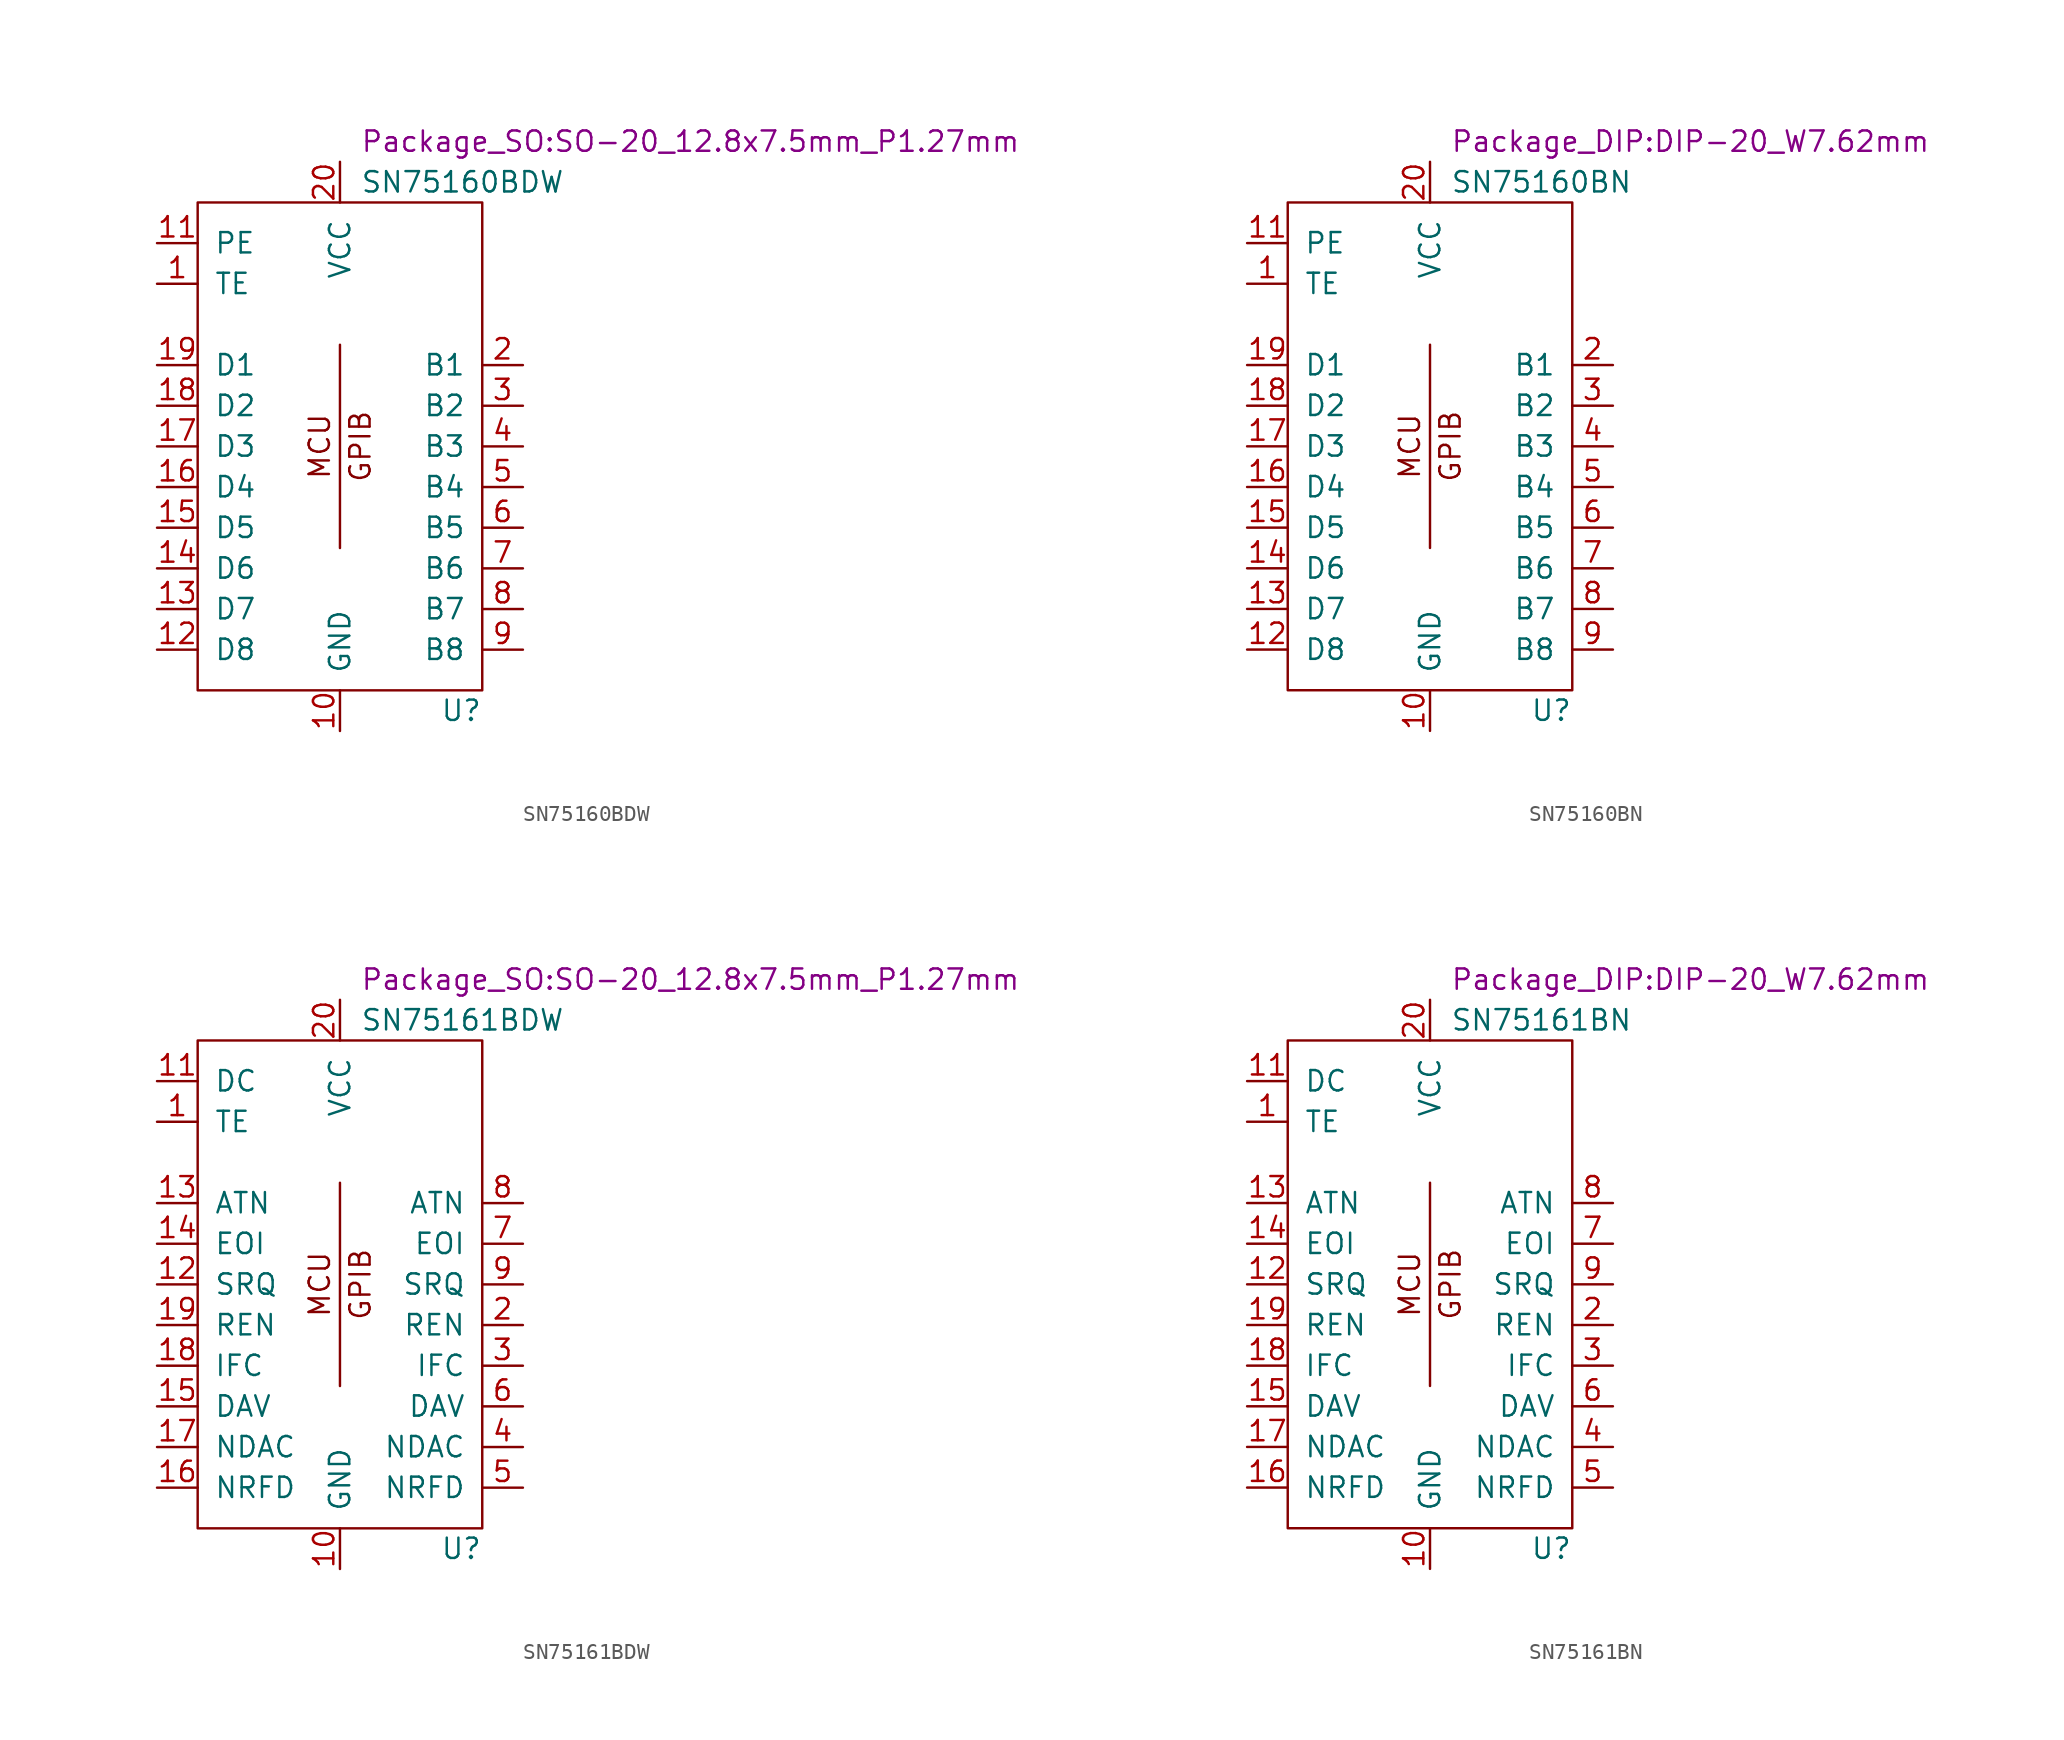
<source format=kicad_sym>
(kicad_symbol_lib
  (version 20211014)
  (generator kicad_symbol_editor)
  (symbol "SN75160BDW"
    (pin_names
      (offset 1.016))
    (property "Reference" "U"
      (at 8.89 -16.51 0)
      (effects (font (size 1.27 1.27)) (justify right)))
    (property "Value" "SN75160BDW"
      (at 1.27 16.51 0)
      (effects (font (size 1.27 1.27)) (justify left)))
    (property "Footprint" "Package_SO:SO-20_12.8x7.5mm_P1.27mm"
      (at 1.27 19.05 0)
      (effects (font (size 1.27 1.27)) (justify left)))
    (symbol "SN75160BDW_0_0"
      (rectangle (start -8.89 15.24) (end 8.89 -15.24) (stroke (width 0) (type default) (color 0 0 0 0)) (fill (type none)))
      (polyline (pts (xy 0 6.35) (xy 0 -6.35)) (stroke (width 0) (type default) (color 0 0 0 0)) (fill (type none)))
      (text "GPIB" (at 1.27 0 900) (effects (font (size 1.27 1.27))))
      (text "MCU" (at -1.27 0 900) (effects (font (size 1.27 1.27)))))
    (symbol "SN75160BDW_1_1"
      (pin input line (at -11.43 10.16 0) (length 2.54) (name "TE" (effects (font (size 1.27 1.27)))) (number "1" (effects (font (size 1.27 1.27)))))
      (pin power_in line (at 0 -17.78 90) (length 2.54) (name "GND" (effects (font (size 1.27 1.27)))) (number "10" (effects (font (size 1.27 1.27)))))
      (pin input line (at -11.43 12.7 0) (length 2.54) (name "PE" (effects (font (size 1.27 1.27)))) (number "11" (effects (font (size 1.27 1.27)))))
      (pin bidirectional line (at -11.43 -12.7 0) (length 2.54) (name "D8" (effects (font (size 1.27 1.27)))) (number "12" (effects (font (size 1.27 1.27)))))
      (pin bidirectional line (at -11.43 -10.16 0) (length 2.54) (name "D7" (effects (font (size 1.27 1.27)))) (number "13" (effects (font (size 1.27 1.27)))))
      (pin bidirectional line (at -11.43 -7.62 0) (length 2.54) (name "D6" (effects (font (size 1.27 1.27)))) (number "14" (effects (font (size 1.27 1.27)))))
      (pin bidirectional line (at -11.43 -5.08 0) (length 2.54) (name "D5" (effects (font (size 1.27 1.27)))) (number "15" (effects (font (size 1.27 1.27)))))
      (pin bidirectional line (at -11.43 -2.54 0) (length 2.54) (name "D4" (effects (font (size 1.27 1.27)))) (number "16" (effects (font (size 1.27 1.27)))))
      (pin bidirectional line (at -11.43 0 0) (length 2.54) (name "D3" (effects (font (size 1.27 1.27)))) (number "17" (effects (font (size 1.27 1.27)))))
      (pin bidirectional line (at -11.43 2.54 0) (length 2.54) (name "D2" (effects (font (size 1.27 1.27)))) (number "18" (effects (font (size 1.27 1.27)))))
      (pin bidirectional line (at -11.43 5.08 0) (length 2.54) (name "D1" (effects (font (size 1.27 1.27)))) (number "19" (effects (font (size 1.27 1.27)))))
      (pin bidirectional line (at 11.43 5.08 180) (length 2.54) (name "B1" (effects (font (size 1.27 1.27)))) (number "2" (effects (font (size 1.27 1.27)))))
      (pin power_in line (at 0 17.78 270) (length 2.54) (name "VCC" (effects (font (size 1.27 1.27)))) (number "20" (effects (font (size 1.27 1.27)))))
      (pin bidirectional line (at 11.43 2.54 180) (length 2.54) (name "B2" (effects (font (size 1.27 1.27)))) (number "3" (effects (font (size 1.27 1.27)))))
      (pin bidirectional line (at 11.43 0 180) (length 2.54) (name "B3" (effects (font (size 1.27 1.27)))) (number "4" (effects (font (size 1.27 1.27)))))
      (pin bidirectional line (at 11.43 -2.54 180) (length 2.54) (name "B4" (effects (font (size 1.27 1.27)))) (number "5" (effects (font (size 1.27 1.27)))))
      (pin bidirectional line (at 11.43 -5.08 180) (length 2.54) (name "B5" (effects (font (size 1.27 1.27)))) (number "6" (effects (font (size 1.27 1.27)))))
      (pin bidirectional line (at 11.43 -7.62 180) (length 2.54) (name "B6" (effects (font (size 1.27 1.27)))) (number "7" (effects (font (size 1.27 1.27)))))
      (pin bidirectional line (at 11.43 -10.16 180) (length 2.54) (name "B7" (effects (font (size 1.27 1.27)))) (number "8" (effects (font (size 1.27 1.27)))))
      (pin bidirectional line (at 11.43 -12.7 180) (length 2.54) (name "B8" (effects (font (size 1.27 1.27)))) (number "9" (effects (font (size 1.27 1.27)))))))
  (symbol "SN75160BN"
    (pin_names
      (offset 1.016))
    (property "Reference" "U"
      (at 8.89 -16.51 0)
      (effects (font (size 1.27 1.27)) (justify right)))
    (property "Value" "SN75160BN"
      (at 1.27 16.51 0)
      (effects (font (size 1.27 1.27)) (justify left)))
    (property "Footprint" "Package_DIP:DIP-20_W7.62mm"
      (at 1.27 19.05 0)
      (effects (font (size 1.27 1.27)) (justify left)))
    (symbol "SN75160BN_0_0"
      (rectangle (start -8.89 15.24) (end 8.89 -15.24) (stroke (width 0) (type default) (color 0 0 0 0)) (fill (type none)))
      (polyline (pts (xy 0 6.35) (xy 0 -6.35)) (stroke (width 0) (type default) (color 0 0 0 0)) (fill (type none)))
      (text "GPIB" (at 1.27 0 900) (effects (font (size 1.27 1.27))))
      (text "MCU" (at -1.27 0 900) (effects (font (size 1.27 1.27)))))
    (symbol "SN75160BN_1_1"
      (pin input line (at -11.43 10.16 0) (length 2.54) (name "TE" (effects (font (size 1.27 1.27)))) (number "1" (effects (font (size 1.27 1.27)))))
      (pin power_in line (at 0 -17.78 90) (length 2.54) (name "GND" (effects (font (size 1.27 1.27)))) (number "10" (effects (font (size 1.27 1.27)))))
      (pin input line (at -11.43 12.7 0) (length 2.54) (name "PE" (effects (font (size 1.27 1.27)))) (number "11" (effects (font (size 1.27 1.27)))))
      (pin bidirectional line (at -11.43 -12.7 0) (length 2.54) (name "D8" (effects (font (size 1.27 1.27)))) (number "12" (effects (font (size 1.27 1.27)))))
      (pin bidirectional line (at -11.43 -10.16 0) (length 2.54) (name "D7" (effects (font (size 1.27 1.27)))) (number "13" (effects (font (size 1.27 1.27)))))
      (pin bidirectional line (at -11.43 -7.62 0) (length 2.54) (name "D6" (effects (font (size 1.27 1.27)))) (number "14" (effects (font (size 1.27 1.27)))))
      (pin bidirectional line (at -11.43 -5.08 0) (length 2.54) (name "D5" (effects (font (size 1.27 1.27)))) (number "15" (effects (font (size 1.27 1.27)))))
      (pin bidirectional line (at -11.43 -2.54 0) (length 2.54) (name "D4" (effects (font (size 1.27 1.27)))) (number "16" (effects (font (size 1.27 1.27)))))
      (pin bidirectional line (at -11.43 0 0) (length 2.54) (name "D3" (effects (font (size 1.27 1.27)))) (number "17" (effects (font (size 1.27 1.27)))))
      (pin bidirectional line (at -11.43 2.54 0) (length 2.54) (name "D2" (effects (font (size 1.27 1.27)))) (number "18" (effects (font (size 1.27 1.27)))))
      (pin bidirectional line (at -11.43 5.08 0) (length 2.54) (name "D1" (effects (font (size 1.27 1.27)))) (number "19" (effects (font (size 1.27 1.27)))))
      (pin bidirectional line (at 11.43 5.08 180) (length 2.54) (name "B1" (effects (font (size 1.27 1.27)))) (number "2" (effects (font (size 1.27 1.27)))))
      (pin power_in line (at 0 17.78 270) (length 2.54) (name "VCC" (effects (font (size 1.27 1.27)))) (number "20" (effects (font (size 1.27 1.27)))))
      (pin bidirectional line (at 11.43 2.54 180) (length 2.54) (name "B2" (effects (font (size 1.27 1.27)))) (number "3" (effects (font (size 1.27 1.27)))))
      (pin bidirectional line (at 11.43 0 180) (length 2.54) (name "B3" (effects (font (size 1.27 1.27)))) (number "4" (effects (font (size 1.27 1.27)))))
      (pin bidirectional line (at 11.43 -2.54 180) (length 2.54) (name "B4" (effects (font (size 1.27 1.27)))) (number "5" (effects (font (size 1.27 1.27)))))
      (pin bidirectional line (at 11.43 -5.08 180) (length 2.54) (name "B5" (effects (font (size 1.27 1.27)))) (number "6" (effects (font (size 1.27 1.27)))))
      (pin bidirectional line (at 11.43 -7.62 180) (length 2.54) (name "B6" (effects (font (size 1.27 1.27)))) (number "7" (effects (font (size 1.27 1.27)))))
      (pin bidirectional line (at 11.43 -10.16 180) (length 2.54) (name "B7" (effects (font (size 1.27 1.27)))) (number "8" (effects (font (size 1.27 1.27)))))
      (pin bidirectional line (at 11.43 -12.7 180) (length 2.54) (name "B8" (effects (font (size 1.27 1.27)))) (number "9" (effects (font (size 1.27 1.27)))))))
  (symbol "SN75161BDW"
    (pin_names
      (offset 1.016))
    (property "Reference" "U"
      (at 8.89 -16.51 0)
      (effects (font (size 1.27 1.27)) (justify right)))
    (property "Value" "SN75161BDW"
      (at 1.27 16.51 0)
      (effects (font (size 1.27 1.27)) (justify left)))
    (property "Footprint" "Package_SO:SO-20_12.8x7.5mm_P1.27mm"
      (at 1.27 19.05 0)
      (effects (font (size 1.27 1.27)) (justify left)))
    (symbol "SN75161BDW_0_0"
      (rectangle (start -8.89 15.24) (end 8.89 -15.24) (stroke (width 0) (type default) (color 0 0 0 0)) (fill (type none)))
      (polyline (pts (xy 0 -6.35) (xy 0 6.35)) (stroke (width 0) (type default) (color 0 0 0 0)) (fill (type none)))
      (text "GPIB" (at 1.27 0 900) (effects (font (size 1.27 1.27))))
      (text "MCU" (at -1.27 0 900) (effects (font (size 1.27 1.27)))))
    (symbol "SN75161BDW_1_1"
      (pin input line (at -11.43 10.16 0) (length 2.54) (name "TE" (effects (font (size 1.27 1.27)))) (number "1" (effects (font (size 1.27 1.27)))))
      (pin power_in line (at 0 -17.78 90) (length 2.54) (name "GND" (effects (font (size 1.27 1.27)))) (number "10" (effects (font (size 1.27 1.27)))))
      (pin input line (at -11.43 12.7 0) (length 2.54) (name "DC" (effects (font (size 1.27 1.27)))) (number "11" (effects (font (size 1.27 1.27)))))
      (pin bidirectional line (at -11.43 0 0) (length 2.54) (name "SRQ" (effects (font (size 1.27 1.27)))) (number "12" (effects (font (size 1.27 1.27)))))
      (pin bidirectional line (at -11.43 5.08 0) (length 2.54) (name "ATN" (effects (font (size 1.27 1.27)))) (number "13" (effects (font (size 1.27 1.27)))))
      (pin bidirectional line (at -11.43 2.54 0) (length 2.54) (name "EOI" (effects (font (size 1.27 1.27)))) (number "14" (effects (font (size 1.27 1.27)))))
      (pin bidirectional line (at -11.43 -7.62 0) (length 2.54) (name "DAV" (effects (font (size 1.27 1.27)))) (number "15" (effects (font (size 1.27 1.27)))))
      (pin bidirectional line (at -11.43 -12.7 0) (length 2.54) (name "NRFD" (effects (font (size 1.27 1.27)))) (number "16" (effects (font (size 1.27 1.27)))))
      (pin bidirectional line (at -11.43 -10.16 0) (length 2.54) (name "NDAC" (effects (font (size 1.27 1.27)))) (number "17" (effects (font (size 1.27 1.27)))))
      (pin bidirectional line (at -11.43 -5.08 0) (length 2.54) (name "IFC" (effects (font (size 1.27 1.27)))) (number "18" (effects (font (size 1.27 1.27)))))
      (pin bidirectional line (at -11.43 -2.54 0) (length 2.54) (name "REN" (effects (font (size 1.27 1.27)))) (number "19" (effects (font (size 1.27 1.27)))))
      (pin bidirectional line (at 11.43 -2.54 180) (length 2.54) (name "REN" (effects (font (size 1.27 1.27)))) (number "2" (effects (font (size 1.27 1.27)))))
      (pin power_in line (at 0 17.78 270) (length 2.54) (name "VCC" (effects (font (size 1.27 1.27)))) (number "20" (effects (font (size 1.27 1.27)))))
      (pin bidirectional line (at 11.43 -5.08 180) (length 2.54) (name "IFC" (effects (font (size 1.27 1.27)))) (number "3" (effects (font (size 1.27 1.27)))))
      (pin bidirectional line (at 11.43 -10.16 180) (length 2.54) (name "NDAC" (effects (font (size 1.27 1.27)))) (number "4" (effects (font (size 1.27 1.27)))))
      (pin bidirectional line (at 11.43 -12.7 180) (length 2.54) (name "NRFD" (effects (font (size 1.27 1.27)))) (number "5" (effects (font (size 1.27 1.27)))))
      (pin bidirectional line (at 11.43 -7.62 180) (length 2.54) (name "DAV" (effects (font (size 1.27 1.27)))) (number "6" (effects (font (size 1.27 1.27)))))
      (pin bidirectional line (at 11.43 2.54 180) (length 2.54) (name "EOI" (effects (font (size 1.27 1.27)))) (number "7" (effects (font (size 1.27 1.27)))))
      (pin bidirectional line (at 11.43 5.08 180) (length 2.54) (name "ATN" (effects (font (size 1.27 1.27)))) (number "8" (effects (font (size 1.27 1.27)))))
      (pin bidirectional line (at 11.43 0 180) (length 2.54) (name "SRQ" (effects (font (size 1.27 1.27)))) (number "9" (effects (font (size 1.27 1.27)))))))
  (symbol "SN75161BN"
    (pin_names
      (offset 1.016))
    (property "Reference" "U"
      (at 8.89 -16.51 0)
      (effects (font (size 1.27 1.27)) (justify right)))
    (property "Value" "SN75161BN"
      (at 1.27 16.51 0)
      (effects (font (size 1.27 1.27)) (justify left)))
    (property "Footprint" "Package_DIP:DIP-20_W7.62mm"
      (at 1.27 19.05 0)
      (effects (font (size 1.27 1.27)) (justify left)))
    (symbol "SN75161BN_0_0"
      (rectangle (start -8.89 15.24) (end 8.89 -15.24) (stroke (width 0) (type default) (color 0 0 0 0)) (fill (type none)))
      (polyline (pts (xy 0 -6.35) (xy 0 6.35)) (stroke (width 0) (type default) (color 0 0 0 0)) (fill (type none)))
      (text "GPIB" (at 1.27 0 900) (effects (font (size 1.27 1.27))))
      (text "MCU" (at -1.27 0 900) (effects (font (size 1.27 1.27)))))
    (symbol "SN75161BN_1_1"
      (pin input line (at -11.43 10.16 0) (length 2.54) (name "TE" (effects (font (size 1.27 1.27)))) (number "1" (effects (font (size 1.27 1.27)))))
      (pin power_in line (at 0 -17.78 90) (length 2.54) (name "GND" (effects (font (size 1.27 1.27)))) (number "10" (effects (font (size 1.27 1.27)))))
      (pin input line (at -11.43 12.7 0) (length 2.54) (name "DC" (effects (font (size 1.27 1.27)))) (number "11" (effects (font (size 1.27 1.27)))))
      (pin bidirectional line (at -11.43 0 0) (length 2.54) (name "SRQ" (effects (font (size 1.27 1.27)))) (number "12" (effects (font (size 1.27 1.27)))))
      (pin bidirectional line (at -11.43 5.08 0) (length 2.54) (name "ATN" (effects (font (size 1.27 1.27)))) (number "13" (effects (font (size 1.27 1.27)))))
      (pin bidirectional line (at -11.43 2.54 0) (length 2.54) (name "EOI" (effects (font (size 1.27 1.27)))) (number "14" (effects (font (size 1.27 1.27)))))
      (pin bidirectional line (at -11.43 -7.62 0) (length 2.54) (name "DAV" (effects (font (size 1.27 1.27)))) (number "15" (effects (font (size 1.27 1.27)))))
      (pin bidirectional line (at -11.43 -12.7 0) (length 2.54) (name "NRFD" (effects (font (size 1.27 1.27)))) (number "16" (effects (font (size 1.27 1.27)))))
      (pin bidirectional line (at -11.43 -10.16 0) (length 2.54) (name "NDAC" (effects (font (size 1.27 1.27)))) (number "17" (effects (font (size 1.27 1.27)))))
      (pin bidirectional line (at -11.43 -5.08 0) (length 2.54) (name "IFC" (effects (font (size 1.27 1.27)))) (number "18" (effects (font (size 1.27 1.27)))))
      (pin bidirectional line (at -11.43 -2.54 0) (length 2.54) (name "REN" (effects (font (size 1.27 1.27)))) (number "19" (effects (font (size 1.27 1.27)))))
      (pin bidirectional line (at 11.43 -2.54 180) (length 2.54) (name "REN" (effects (font (size 1.27 1.27)))) (number "2" (effects (font (size 1.27 1.27)))))
      (pin power_in line (at 0 17.78 270) (length 2.54) (name "VCC" (effects (font (size 1.27 1.27)))) (number "20" (effects (font (size 1.27 1.27)))))
      (pin bidirectional line (at 11.43 -5.08 180) (length 2.54) (name "IFC" (effects (font (size 1.27 1.27)))) (number "3" (effects (font (size 1.27 1.27)))))
      (pin bidirectional line (at 11.43 -10.16 180) (length 2.54) (name "NDAC" (effects (font (size 1.27 1.27)))) (number "4" (effects (font (size 1.27 1.27)))))
      (pin bidirectional line (at 11.43 -12.7 180) (length 2.54) (name "NRFD" (effects (font (size 1.27 1.27)))) (number "5" (effects (font (size 1.27 1.27)))))
      (pin bidirectional line (at 11.43 -7.62 180) (length 2.54) (name "DAV" (effects (font (size 1.27 1.27)))) (number "6" (effects (font (size 1.27 1.27)))))
      (pin bidirectional line (at 11.43 2.54 180) (length 2.54) (name "EOI" (effects (font (size 1.27 1.27)))) (number "7" (effects (font (size 1.27 1.27)))))
      (pin bidirectional line (at 11.43 5.08 180) (length 2.54) (name "ATN" (effects (font (size 1.27 1.27)))) (number "8" (effects (font (size 1.27 1.27)))))
      (pin bidirectional line (at 11.43 0 180) (length 2.54) (name "SRQ" (effects (font (size 1.27 1.27)))) (number "9" (effects (font (size 1.27 1.27))))))))
</source>
